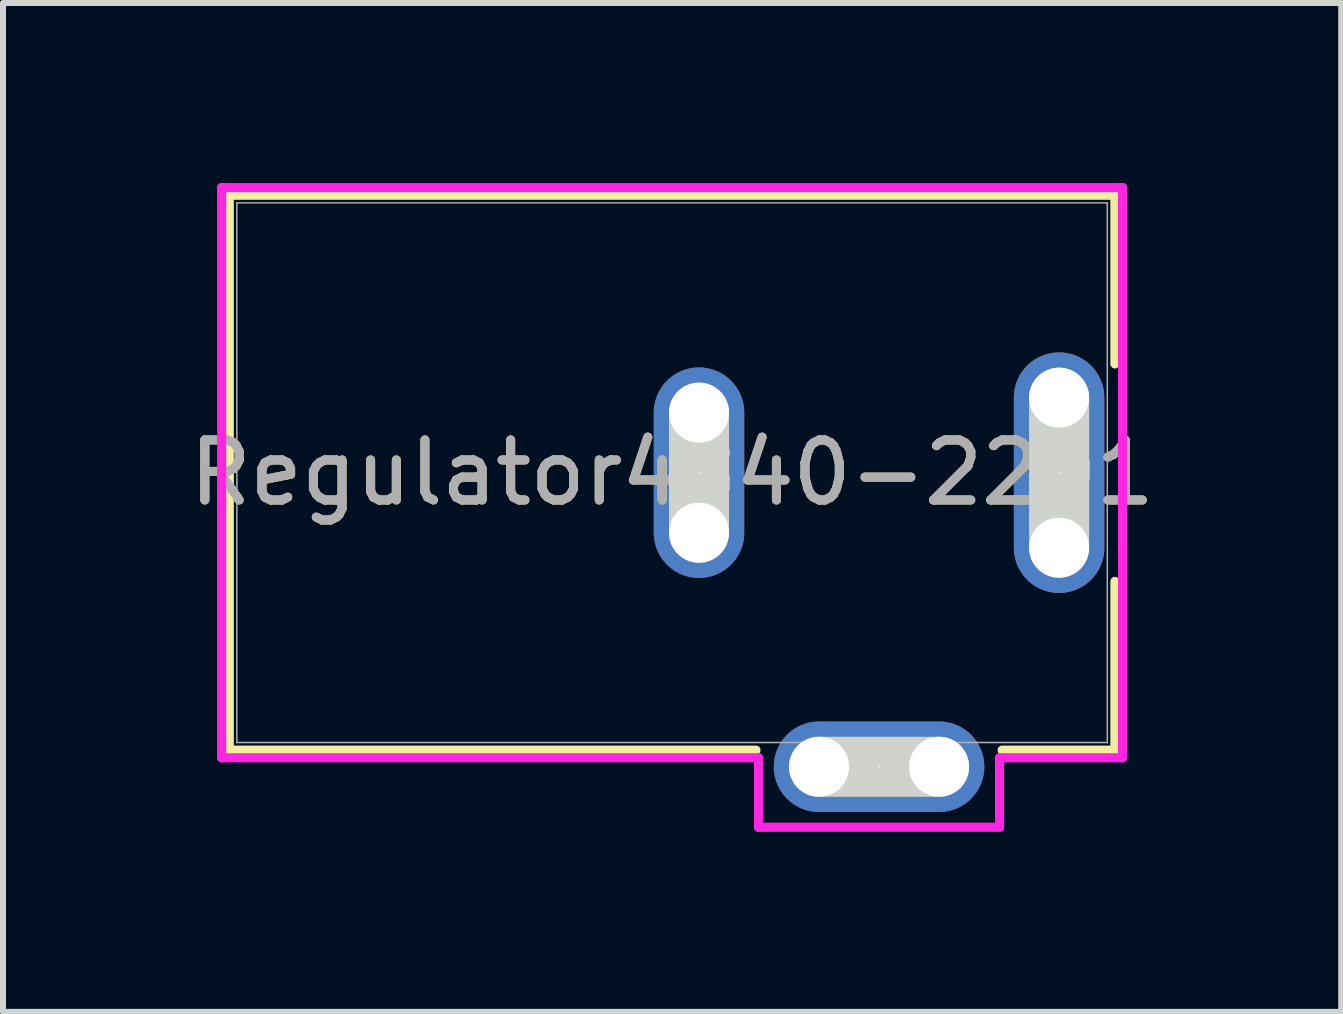
<source format=kicad_pcb>
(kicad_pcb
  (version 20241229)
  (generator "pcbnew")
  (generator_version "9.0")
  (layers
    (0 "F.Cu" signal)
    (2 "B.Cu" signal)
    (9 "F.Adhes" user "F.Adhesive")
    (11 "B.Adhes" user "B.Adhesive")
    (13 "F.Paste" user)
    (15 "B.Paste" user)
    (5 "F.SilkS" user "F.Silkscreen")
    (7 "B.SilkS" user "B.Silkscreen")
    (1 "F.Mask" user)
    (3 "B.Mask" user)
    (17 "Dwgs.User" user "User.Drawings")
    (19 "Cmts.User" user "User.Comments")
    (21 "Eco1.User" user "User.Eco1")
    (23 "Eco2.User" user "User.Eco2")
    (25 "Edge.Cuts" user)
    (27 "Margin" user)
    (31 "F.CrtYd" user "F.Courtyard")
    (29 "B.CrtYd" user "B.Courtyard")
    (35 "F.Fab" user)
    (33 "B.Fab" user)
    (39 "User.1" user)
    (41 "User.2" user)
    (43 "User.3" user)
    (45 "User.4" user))
  (footprint "Regulator4840-2201"
    (layer "F.Cu")
    (at 8.597 4.826)
    (property "Reference" "Regulator4840-2201" (at -0.448 0 0) (unlocked yes) (layer "F.SilkS") (effects (font (size 1 1) (thickness 0.15))))
    (attr through_hole)
    (fp_line (start -7.827 -4.623) (end 6.93 -4.623) (stroke (width 0.152) (type solid)) (layer "F.SilkS"))
    (fp_line (start -7.827 4.623) (end -7.827 -4.623) (stroke (width 0.152) (type solid)) (layer "F.SilkS"))
    (fp_line (start 0.949 4.623) (end -7.827 4.623) (stroke (width 0.152) (type solid)) (layer "F.SilkS"))
    (fp_line (start 6.93 -4.623) (end 6.93 -1.812) (stroke (width 0.152) (type solid)) (layer "F.SilkS"))
    (fp_line (start 6.93 1.812) (end 6.93 4.623) (stroke (width 0.152) (type solid)) (layer "F.SilkS"))
    (fp_line (start 6.93 4.623) (end 5.051 4.623) (stroke (width 0.152) (type solid)) (layer "F.SilkS"))
    (fp_line (start 0 1) (end 0 -1) (stroke (width 1) (type solid)) (layer "Edge.Cuts"))
    (fp_line (start 4 4.9) (end 2 4.9) (stroke (width 1) (type solid)) (layer "Edge.Cuts"))
    (fp_line (start 6 1.25) (end 6 -1.25) (stroke (width 1) (type solid)) (layer "Edge.Cuts"))
    (fp_line (start -7.954 -4.75) (end -7.954 4.75) (stroke (width 0.152) (type solid)) (layer "F.CrtYd"))
    (fp_line (start -7.954 4.75) (end 0.992 4.75) (stroke (width 0.152) (type solid)) (layer "F.CrtYd"))
    (fp_line (start 0.992 4.75) (end 0.992 5.908) (stroke (width 0.152) (type solid)) (layer "F.CrtYd"))
    (fp_line (start 0.992 5.908) (end 5.008 5.908) (stroke (width 0.152) (type solid)) (layer "F.CrtYd"))
    (fp_line (start 5.008 4.75) (end 7.057 4.75) (stroke (width 0.152) (type solid)) (layer "F.CrtYd"))
    (fp_line (start 5.008 5.908) (end 5.008 4.75) (stroke (width 0.152) (type solid)) (layer "F.CrtYd"))
    (fp_line (start 7.057 -4.75) (end -7.954 -4.75) (stroke (width 0.152) (type solid)) (layer "F.CrtYd"))
    (fp_line (start 7.057 4.75) (end 7.057 -4.75) (stroke (width 0.152) (type solid)) (layer "F.CrtYd"))
    (fp_line (start -7.7 -4.496) (end -7.7 4.496) (stroke (width 0.025) (type solid)) (layer "F.Fab"))
    (fp_line (start -7.7 4.496) (end 6.803 4.496) (stroke (width 0.025) (type solid)) (layer "F.Fab"))
    (fp_line (start 6.803 -4.496) (end -7.7 -4.496) (stroke (width 0.025) (type solid)) (layer "F.Fab"))
    (fp_line (start 6.803 4.496) (end 6.803 -4.496) (stroke (width 0.025) (type solid)) (layer "F.Fab"))
    (fp_circle (center -6.938 0) (end -6.938 0) (stroke (width 0.025) (type solid)) (fill no) (layer "F.Fab"))
    (fp_text user "${REFERENCE}" (at -0.448 0 0) (unlocked yes) (layer "F.Fab") (effects (font (size 1 1) (thickness 0.15))))
    (pad "" np_thru_hole circle (at 0 -1) (size 1 1) (drill 1) (layers "*.Cu" "*.Mask"))
    (pad "" np_thru_hole circle (at 0 1) (size 1 1) (drill 1) (layers "*.Cu" "*.Mask"))
    (pad "" np_thru_hole circle (at 2 4.9) (size 1 1) (drill 1) (layers "*.Cu" "*.Mask"))
    (pad "" np_thru_hole circle (at 4 4.9) (size 1 1) (drill 1) (layers "*.Cu" "*.Mask"))
    (pad "" np_thru_hole circle (at 6 -1.25) (size 1 1) (drill 1) (layers "*.Cu" "*.Mask"))
    (pad "" np_thru_hole circle (at 6 1.25) (size 1 1) (drill 1) (layers "*.Cu" "*.Mask"))
    (pad "1" thru_hole oval (at 6 0 90) (size 4.008 1.508) (drill 0.025) (layers "*.Cu" "*.Mask"))
    (pad "2" thru_hole oval (at 0 0 90) (size 3.508 1.508) (drill 0.025) (layers "*.Cu" "*.Mask"))
    (pad "3" thru_hole oval (at 3 4.9) (size 3.508 1.508) (drill 0.025) (layers "*.Cu" "*.Mask")))
  (gr_rect
    (start -3 -3)
    (end 19.298 13.81)
    (stroke (width 0.1) (type default))
    (fill no)
    (layer "Edge.Cuts")))
</source>
